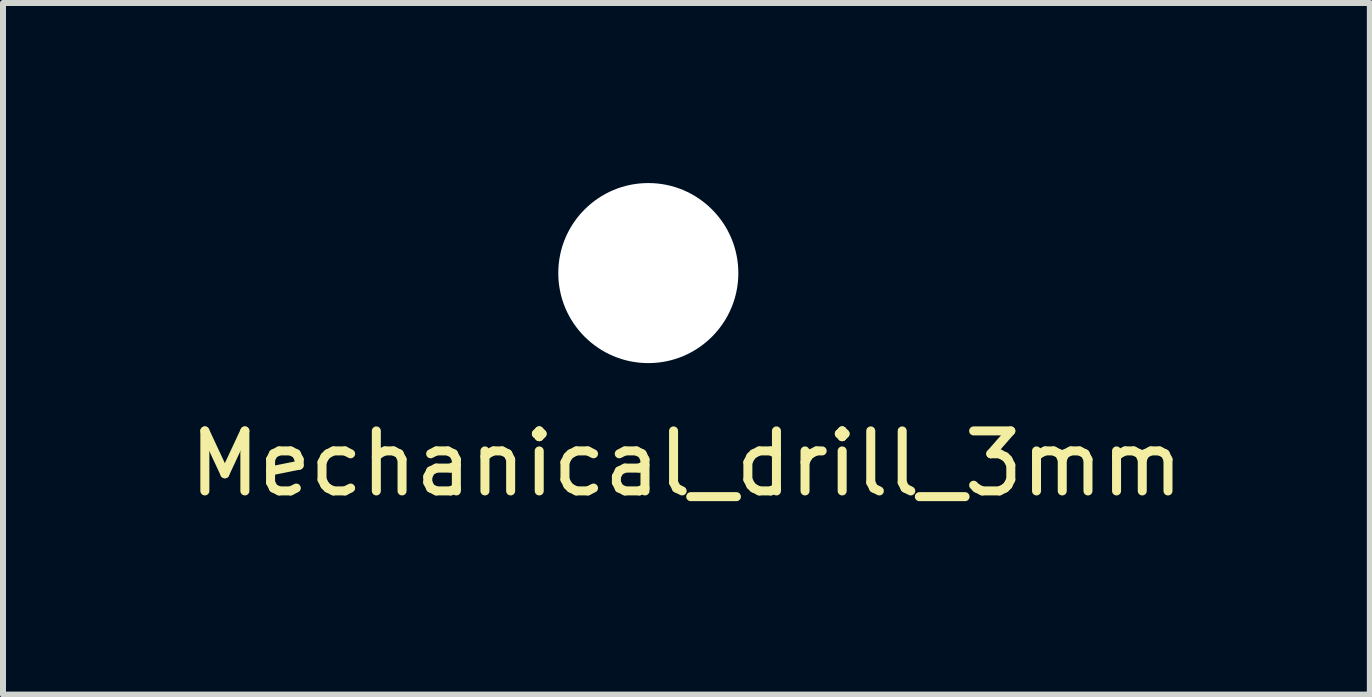
<source format=kicad_pcb>
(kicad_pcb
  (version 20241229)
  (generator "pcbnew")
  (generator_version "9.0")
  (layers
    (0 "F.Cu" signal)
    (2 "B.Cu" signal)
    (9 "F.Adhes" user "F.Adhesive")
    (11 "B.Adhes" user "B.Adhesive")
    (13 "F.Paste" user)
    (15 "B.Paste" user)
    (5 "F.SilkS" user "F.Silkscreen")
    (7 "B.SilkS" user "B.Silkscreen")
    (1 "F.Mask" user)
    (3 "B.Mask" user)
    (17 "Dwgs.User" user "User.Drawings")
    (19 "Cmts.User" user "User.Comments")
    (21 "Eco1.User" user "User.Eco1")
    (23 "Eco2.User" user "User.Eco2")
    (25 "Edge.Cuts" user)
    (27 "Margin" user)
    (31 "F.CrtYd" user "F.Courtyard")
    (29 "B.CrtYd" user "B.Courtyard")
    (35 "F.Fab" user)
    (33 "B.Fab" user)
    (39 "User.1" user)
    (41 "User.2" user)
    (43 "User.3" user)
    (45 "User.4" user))
  (footprint "Mechanical_drill_3mm"
    (layer "F.Cu")
    (at 7.752 1.5)
    (property "Reference" "Mechanical_drill_3mm" (at 0.635 3.175 0) (layer "F.SilkS") (effects (font (size 1 1) (thickness 0.15))))
    (attr through_hole)
    (pad "" np_thru_hole circle (at 0 0) (size 3 3) (drill 3) (layers "*.Cu" "*.Mask")))
  (gr_rect
    (start -3 -3)
    (end 19.774 8.523)
    (stroke (width 0.1) (type default))
    (fill no)
    (layer "Edge.Cuts")))
</source>
